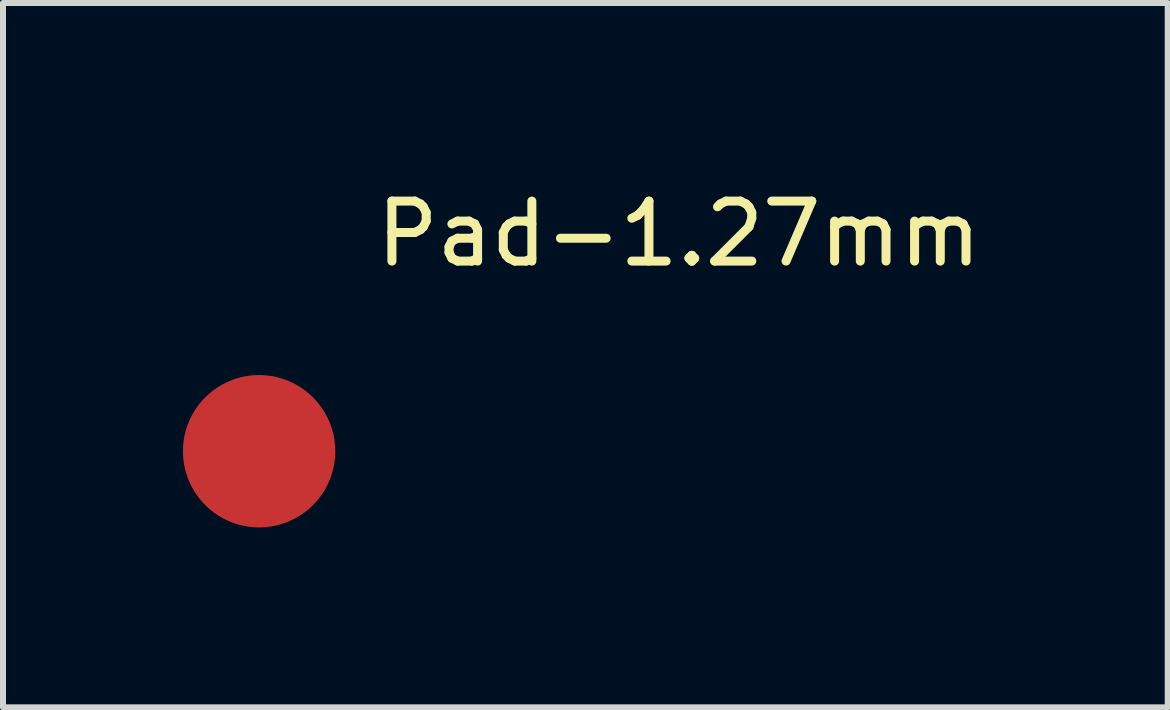
<source format=kicad_pcb>
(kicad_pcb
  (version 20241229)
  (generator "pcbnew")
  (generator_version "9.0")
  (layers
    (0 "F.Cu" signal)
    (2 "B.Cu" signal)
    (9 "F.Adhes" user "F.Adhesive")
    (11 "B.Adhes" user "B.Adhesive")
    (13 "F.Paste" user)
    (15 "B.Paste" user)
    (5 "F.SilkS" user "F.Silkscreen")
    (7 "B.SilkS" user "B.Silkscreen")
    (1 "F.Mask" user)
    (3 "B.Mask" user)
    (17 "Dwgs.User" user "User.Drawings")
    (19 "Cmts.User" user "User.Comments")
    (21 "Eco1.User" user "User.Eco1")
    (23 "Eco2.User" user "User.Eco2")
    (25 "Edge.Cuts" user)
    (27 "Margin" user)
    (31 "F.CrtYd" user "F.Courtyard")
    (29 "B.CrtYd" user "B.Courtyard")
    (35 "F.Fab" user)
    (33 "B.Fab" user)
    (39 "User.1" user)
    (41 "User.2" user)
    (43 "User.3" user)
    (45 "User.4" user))
  (footprint "Pad-1.27mm"
    (layer "F.Cu")
    (at 1.27 4.473)
    (property "Reference" "Pad-1.27mm" (at 7 -3.625 0) (layer "F.SilkS") (effects (font (size 1 1) (thickness 0.15))))
    (attr through_hole)
    (pad "1" smd circle (at 0 0) (size 2.54 2.54) (layers "F.Cu" "F.Mask" "F.Paste")))
  (gr_rect
    (start -3 -3)
    (end 16.419 8.743)
    (stroke (width 0.1) (type default))
    (fill no)
    (layer "Edge.Cuts")))
</source>
